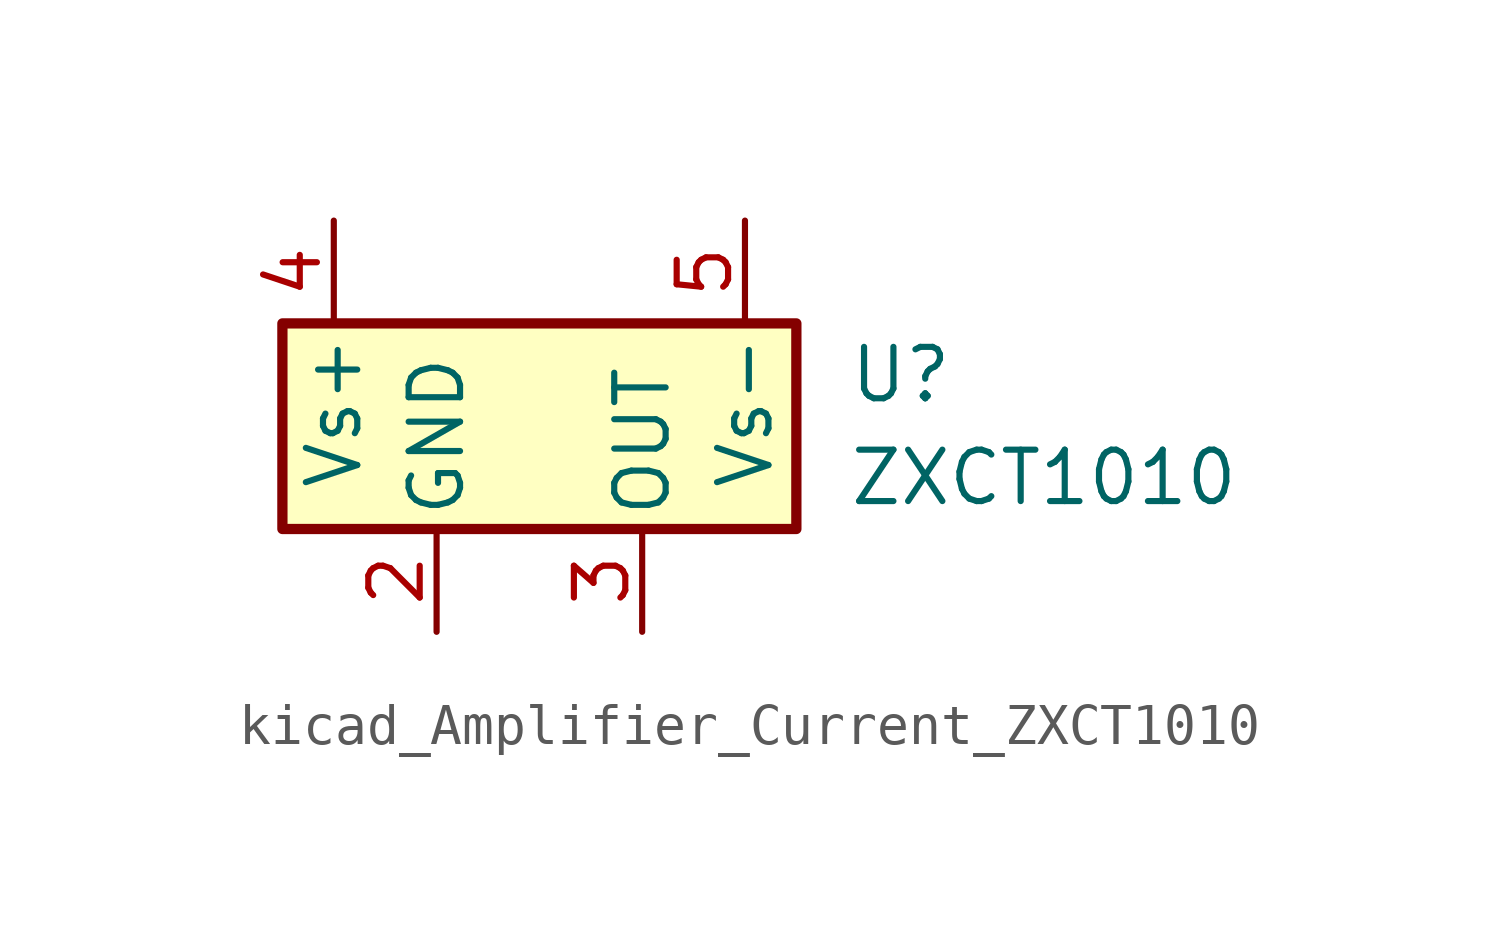
<source format=kicad_sym>
(kicad_symbol_lib
  (version 20220914)
  (generator kicad_symbol_editor)
  (symbol "kicad_Amplifier_Current_ZXCT1010"
    (pin_names
      (offset 0.254))
    (property "Reference" "U"
      (at 7.62 1.27 0)
      (effects (font (size 1.27 1.27)) (justify left)))
    (property "Value" "ZXCT1010"
      (at 7.62 -1.27 0)
      (effects (font (size 1.27 1.27)) (justify left)))
    (symbol "kicad_Amplifier_Current_ZXCT1010_0_1"
      (rectangle (start -6.35 2.54) (end 6.35 -2.54) (stroke (width 0.254) (type default)) (fill (type background))))
    (symbol "kicad_Amplifier_Current_ZXCT1010_1_1"
      (pin no_connect line (at 0 2.54 270) (length 2.54) hide (name "NC" (effects (font (size 1.27 1.27)))) (number "1" (effects (font (size 1.27 1.27)))))
      (pin power_in line (at -2.54 -5.08 90) (length 2.54) (name "GND" (effects (font (size 1.27 1.27)))) (number "2" (effects (font (size 1.27 1.27)))))
      (pin output line (at 2.54 -5.08 90) (length 2.54) (name "OUT" (effects (font (size 1.27 1.27)))) (number "3" (effects (font (size 1.27 1.27)))))
      (pin input line (at -5.08 5.08 270) (length 2.54) (name "Vs+" (effects (font (size 1.27 1.27)))) (number "4" (effects (font (size 1.27 1.27)))))
      (pin input line (at 5.08 5.08 270) (length 2.54) (name "Vs-" (effects (font (size 1.27 1.27)))) (number "5" (effects (font (size 1.27 1.27))))))))
</source>
